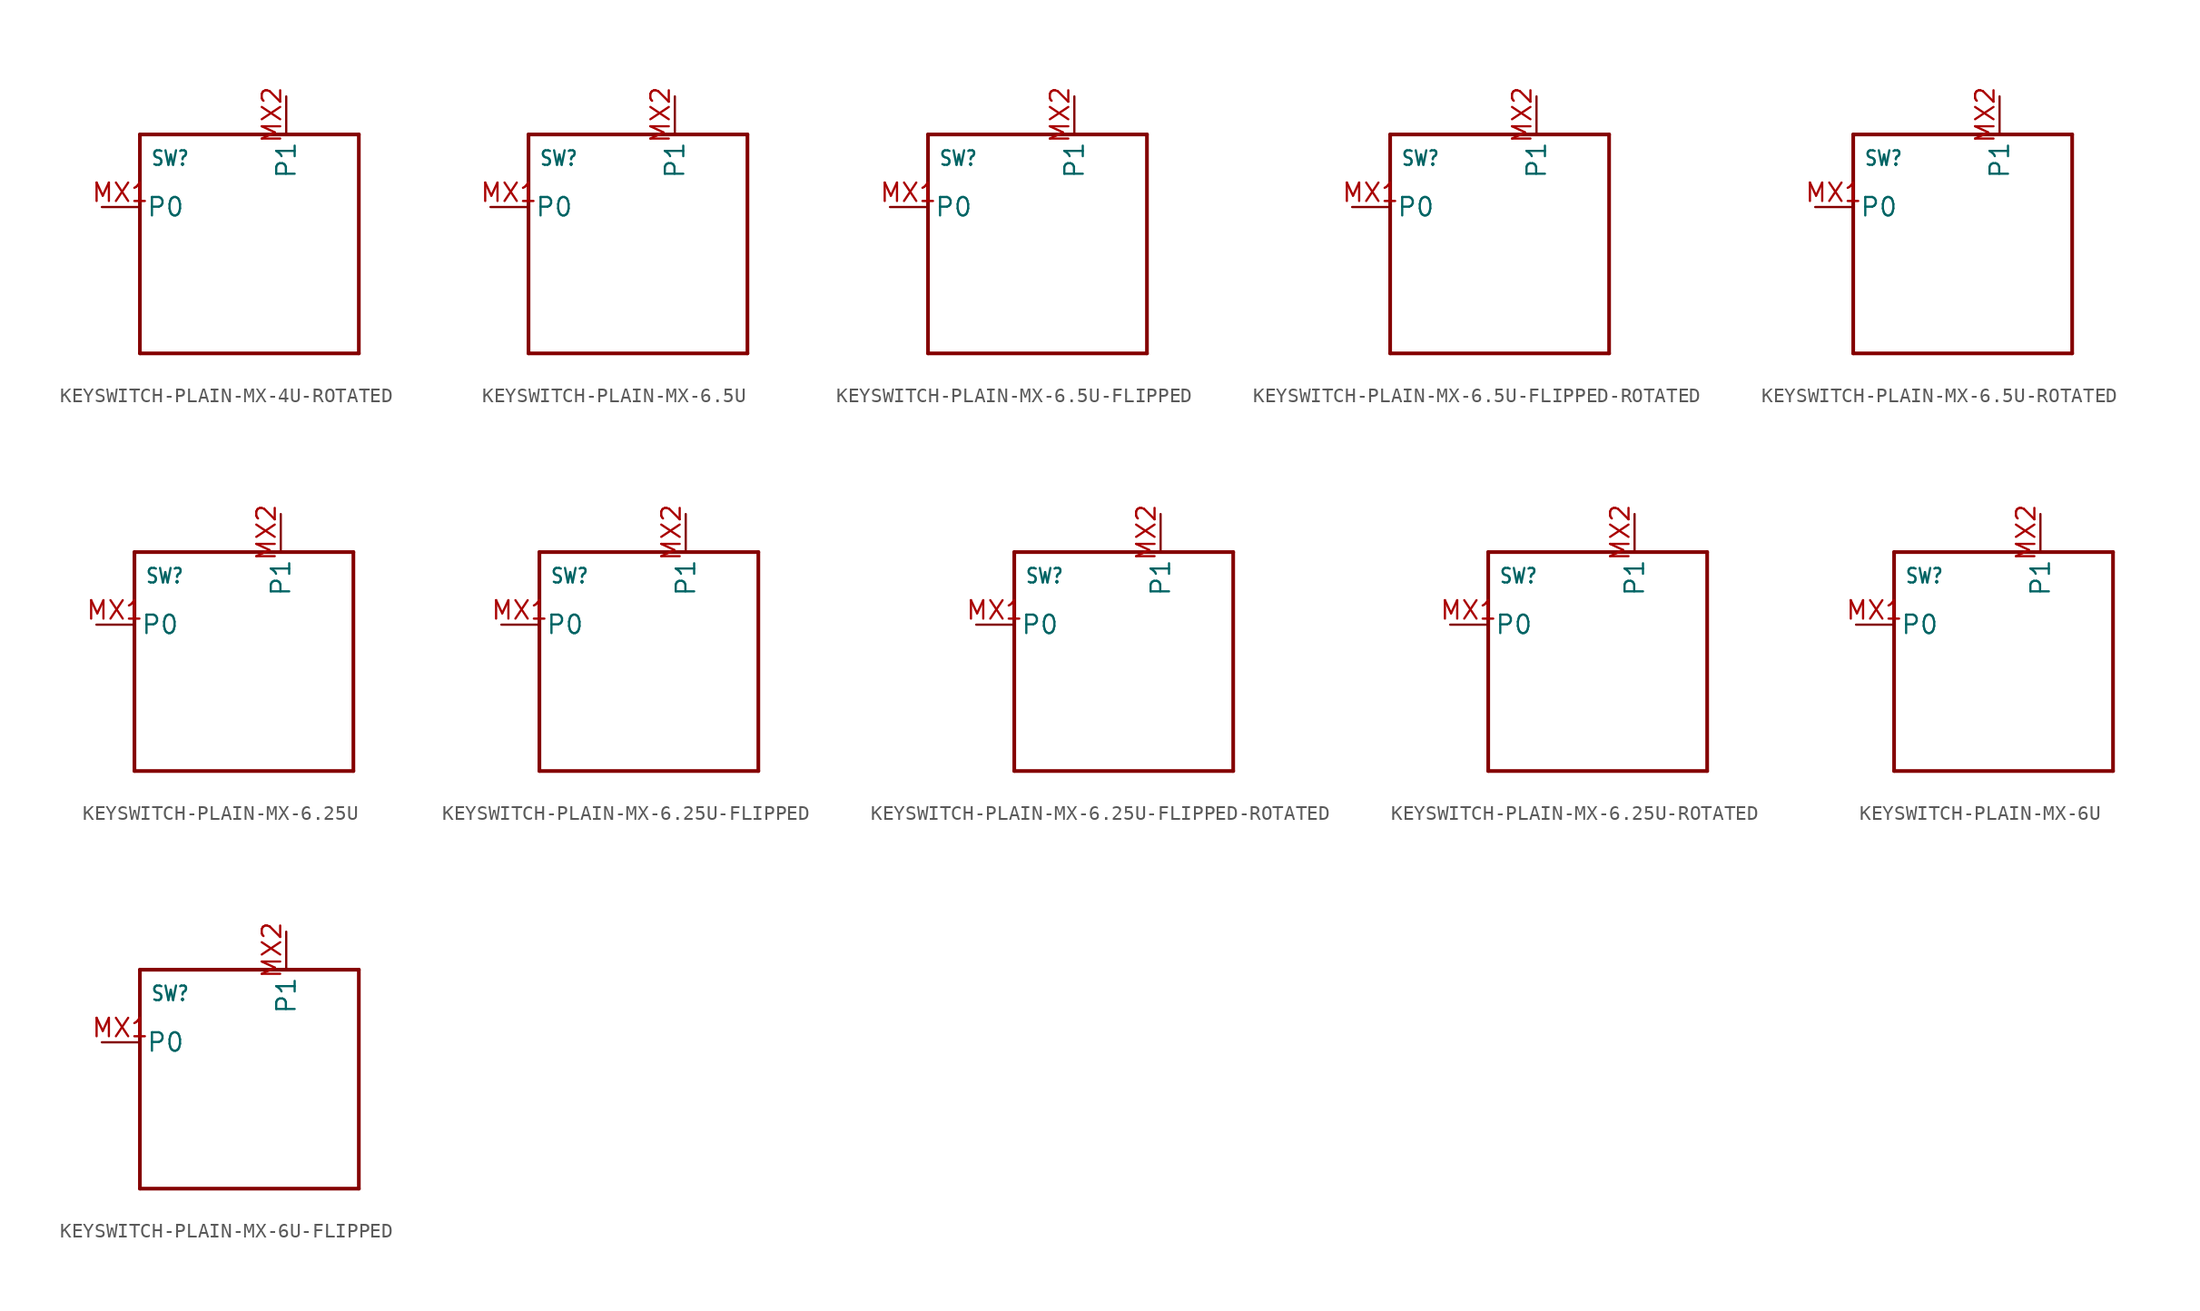
<source format=kicad_sym>
(kicad_symbol_lib
  (version 20211014)
  (generator kicad_symbol_editor)
  (symbol "KEYSWITCH-PLAIN-MX-4U-ROTATED"
    (property "Reference" "SW"
      (at -6.81 5.318 0)
      (effects (font (size 1 0.85)) (justify left bottom)))
    (property "ki_locked" ""
      (at 0 0 0)
      (effects (font (size 1.27 1.27))))
    (symbol "KEYSWITCH-PLAIN-MX-4U-ROTATED_1_0"
      (polyline (pts (xy -7.54 -7.54) (xy -7.54 7.54)) (stroke (width 0.254) (type default) (color 0 0 0 0)) (fill (type none)))
      (polyline (pts (xy -7.54 7.54) (xy 7.54 7.54)) (stroke (width 0.254) (type default) (color 0 0 0 0)) (fill (type none)))
      (polyline (pts (xy 7.54 -7.54) (xy -7.54 -7.54)) (stroke (width 0.254) (type default) (color 0 0 0 0)) (fill (type none)))
      (polyline (pts (xy 7.54 7.54) (xy 7.54 -7.54)) (stroke (width 0.254) (type default) (color 0 0 0 0)) (fill (type none)))
      (pin bidirectional line (at -10.16 2.54 0) (length 2.54) (name "P0" (effects (font (size 1.27 1.27)))) (number "MX1" (effects (font (size 1.27 1.27)))))
      (pin bidirectional line (at 2.54 10.16 270) (length 2.54) (name "P1" (effects (font (size 1.27 1.27)))) (number "MX2" (effects (font (size 1.27 1.27)))))))
  (symbol "KEYSWITCH-PLAIN-MX-6.5U"
    (property "Reference" "SW"
      (at -6.81 5.318 0)
      (effects (font (size 1 0.85)) (justify left bottom)))
    (property "ki_locked" ""
      (at 0 0 0)
      (effects (font (size 1.27 1.27))))
    (symbol "KEYSWITCH-PLAIN-MX-6.5U_1_0"
      (polyline (pts (xy -7.54 -7.54) (xy -7.54 7.54)) (stroke (width 0.254) (type default) (color 0 0 0 0)) (fill (type none)))
      (polyline (pts (xy -7.54 7.54) (xy 7.54 7.54)) (stroke (width 0.254) (type default) (color 0 0 0 0)) (fill (type none)))
      (polyline (pts (xy 7.54 -7.54) (xy -7.54 -7.54)) (stroke (width 0.254) (type default) (color 0 0 0 0)) (fill (type none)))
      (polyline (pts (xy 7.54 7.54) (xy 7.54 -7.54)) (stroke (width 0.254) (type default) (color 0 0 0 0)) (fill (type none)))
      (pin bidirectional line (at -10.16 2.54 0) (length 2.54) (name "P0" (effects (font (size 1.27 1.27)))) (number "MX1" (effects (font (size 1.27 1.27)))))
      (pin bidirectional line (at 2.54 10.16 270) (length 2.54) (name "P1" (effects (font (size 1.27 1.27)))) (number "MX2" (effects (font (size 1.27 1.27)))))))
  (symbol "KEYSWITCH-PLAIN-MX-6.5U-FLIPPED"
    (property "Reference" "SW"
      (at -6.81 5.318 0)
      (effects (font (size 1 0.85)) (justify left bottom)))
    (property "ki_locked" ""
      (at 0 0 0)
      (effects (font (size 1.27 1.27))))
    (symbol "KEYSWITCH-PLAIN-MX-6.5U-FLIPPED_1_0"
      (polyline (pts (xy -7.54 -7.54) (xy -7.54 7.54)) (stroke (width 0.254) (type default) (color 0 0 0 0)) (fill (type none)))
      (polyline (pts (xy -7.54 7.54) (xy 7.54 7.54)) (stroke (width 0.254) (type default) (color 0 0 0 0)) (fill (type none)))
      (polyline (pts (xy 7.54 -7.54) (xy -7.54 -7.54)) (stroke (width 0.254) (type default) (color 0 0 0 0)) (fill (type none)))
      (polyline (pts (xy 7.54 7.54) (xy 7.54 -7.54)) (stroke (width 0.254) (type default) (color 0 0 0 0)) (fill (type none)))
      (pin bidirectional line (at -10.16 2.54 0) (length 2.54) (name "P0" (effects (font (size 1.27 1.27)))) (number "MX1" (effects (font (size 1.27 1.27)))))
      (pin bidirectional line (at 2.54 10.16 270) (length 2.54) (name "P1" (effects (font (size 1.27 1.27)))) (number "MX2" (effects (font (size 1.27 1.27)))))))
  (symbol "KEYSWITCH-PLAIN-MX-6.5U-FLIPPED-ROTATED"
    (property "Reference" "SW"
      (at -6.81 5.318 0)
      (effects (font (size 1 0.85)) (justify left bottom)))
    (property "ki_locked" ""
      (at 0 0 0)
      (effects (font (size 1.27 1.27))))
    (symbol "KEYSWITCH-PLAIN-MX-6.5U-FLIPPED-ROTATED_1_0"
      (polyline (pts (xy -7.54 -7.54) (xy -7.54 7.54)) (stroke (width 0.254) (type default) (color 0 0 0 0)) (fill (type none)))
      (polyline (pts (xy -7.54 7.54) (xy 7.54 7.54)) (stroke (width 0.254) (type default) (color 0 0 0 0)) (fill (type none)))
      (polyline (pts (xy 7.54 -7.54) (xy -7.54 -7.54)) (stroke (width 0.254) (type default) (color 0 0 0 0)) (fill (type none)))
      (polyline (pts (xy 7.54 7.54) (xy 7.54 -7.54)) (stroke (width 0.254) (type default) (color 0 0 0 0)) (fill (type none)))
      (pin bidirectional line (at -10.16 2.54 0) (length 2.54) (name "P0" (effects (font (size 1.27 1.27)))) (number "MX1" (effects (font (size 1.27 1.27)))))
      (pin bidirectional line (at 2.54 10.16 270) (length 2.54) (name "P1" (effects (font (size 1.27 1.27)))) (number "MX2" (effects (font (size 1.27 1.27)))))))
  (symbol "KEYSWITCH-PLAIN-MX-6.5U-ROTATED"
    (property "Reference" "SW"
      (at -6.81 5.318 0)
      (effects (font (size 1 0.85)) (justify left bottom)))
    (property "ki_locked" ""
      (at 0 0 0)
      (effects (font (size 1.27 1.27))))
    (symbol "KEYSWITCH-PLAIN-MX-6.5U-ROTATED_1_0"
      (polyline (pts (xy -7.54 -7.54) (xy -7.54 7.54)) (stroke (width 0.254) (type default) (color 0 0 0 0)) (fill (type none)))
      (polyline (pts (xy -7.54 7.54) (xy 7.54 7.54)) (stroke (width 0.254) (type default) (color 0 0 0 0)) (fill (type none)))
      (polyline (pts (xy 7.54 -7.54) (xy -7.54 -7.54)) (stroke (width 0.254) (type default) (color 0 0 0 0)) (fill (type none)))
      (polyline (pts (xy 7.54 7.54) (xy 7.54 -7.54)) (stroke (width 0.254) (type default) (color 0 0 0 0)) (fill (type none)))
      (pin bidirectional line (at -10.16 2.54 0) (length 2.54) (name "P0" (effects (font (size 1.27 1.27)))) (number "MX1" (effects (font (size 1.27 1.27)))))
      (pin bidirectional line (at 2.54 10.16 270) (length 2.54) (name "P1" (effects (font (size 1.27 1.27)))) (number "MX2" (effects (font (size 1.27 1.27)))))))
  (symbol "KEYSWITCH-PLAIN-MX-6.25U"
    (property "Reference" "SW"
      (at -6.81 5.318 0)
      (effects (font (size 1 0.85)) (justify left bottom)))
    (property "ki_locked" ""
      (at 0 0 0)
      (effects (font (size 1.27 1.27))))
    (symbol "KEYSWITCH-PLAIN-MX-6.25U_1_0"
      (polyline (pts (xy -7.54 -7.54) (xy -7.54 7.54)) (stroke (width 0.254) (type default) (color 0 0 0 0)) (fill (type none)))
      (polyline (pts (xy -7.54 7.54) (xy 7.54 7.54)) (stroke (width 0.254) (type default) (color 0 0 0 0)) (fill (type none)))
      (polyline (pts (xy 7.54 -7.54) (xy -7.54 -7.54)) (stroke (width 0.254) (type default) (color 0 0 0 0)) (fill (type none)))
      (polyline (pts (xy 7.54 7.54) (xy 7.54 -7.54)) (stroke (width 0.254) (type default) (color 0 0 0 0)) (fill (type none)))
      (pin bidirectional line (at -10.16 2.54 0) (length 2.54) (name "P0" (effects (font (size 1.27 1.27)))) (number "MX1" (effects (font (size 1.27 1.27)))))
      (pin bidirectional line (at 2.54 10.16 270) (length 2.54) (name "P1" (effects (font (size 1.27 1.27)))) (number "MX2" (effects (font (size 1.27 1.27)))))))
  (symbol "KEYSWITCH-PLAIN-MX-6.25U-FLIPPED"
    (property "Reference" "SW"
      (at -6.81 5.318 0)
      (effects (font (size 1 0.85)) (justify left bottom)))
    (property "ki_locked" ""
      (at 0 0 0)
      (effects (font (size 1.27 1.27))))
    (symbol "KEYSWITCH-PLAIN-MX-6.25U-FLIPPED_1_0"
      (polyline (pts (xy -7.54 -7.54) (xy -7.54 7.54)) (stroke (width 0.254) (type default) (color 0 0 0 0)) (fill (type none)))
      (polyline (pts (xy -7.54 7.54) (xy 7.54 7.54)) (stroke (width 0.254) (type default) (color 0 0 0 0)) (fill (type none)))
      (polyline (pts (xy 7.54 -7.54) (xy -7.54 -7.54)) (stroke (width 0.254) (type default) (color 0 0 0 0)) (fill (type none)))
      (polyline (pts (xy 7.54 7.54) (xy 7.54 -7.54)) (stroke (width 0.254) (type default) (color 0 0 0 0)) (fill (type none)))
      (pin bidirectional line (at -10.16 2.54 0) (length 2.54) (name "P0" (effects (font (size 1.27 1.27)))) (number "MX1" (effects (font (size 1.27 1.27)))))
      (pin bidirectional line (at 2.54 10.16 270) (length 2.54) (name "P1" (effects (font (size 1.27 1.27)))) (number "MX2" (effects (font (size 1.27 1.27)))))))
  (symbol "KEYSWITCH-PLAIN-MX-6.25U-FLIPPED-ROTATED"
    (property "Reference" "SW"
      (at -6.81 5.318 0)
      (effects (font (size 1 0.85)) (justify left bottom)))
    (property "ki_locked" ""
      (at 0 0 0)
      (effects (font (size 1.27 1.27))))
    (symbol "KEYSWITCH-PLAIN-MX-6.25U-FLIPPED-ROTATED_1_0"
      (polyline (pts (xy -7.54 -7.54) (xy -7.54 7.54)) (stroke (width 0.254) (type default) (color 0 0 0 0)) (fill (type none)))
      (polyline (pts (xy -7.54 7.54) (xy 7.54 7.54)) (stroke (width 0.254) (type default) (color 0 0 0 0)) (fill (type none)))
      (polyline (pts (xy 7.54 -7.54) (xy -7.54 -7.54)) (stroke (width 0.254) (type default) (color 0 0 0 0)) (fill (type none)))
      (polyline (pts (xy 7.54 7.54) (xy 7.54 -7.54)) (stroke (width 0.254) (type default) (color 0 0 0 0)) (fill (type none)))
      (pin bidirectional line (at -10.16 2.54 0) (length 2.54) (name "P0" (effects (font (size 1.27 1.27)))) (number "MX1" (effects (font (size 1.27 1.27)))))
      (pin bidirectional line (at 2.54 10.16 270) (length 2.54) (name "P1" (effects (font (size 1.27 1.27)))) (number "MX2" (effects (font (size 1.27 1.27)))))))
  (symbol "KEYSWITCH-PLAIN-MX-6.25U-ROTATED"
    (property "Reference" "SW"
      (at -6.81 5.318 0)
      (effects (font (size 1 0.85)) (justify left bottom)))
    (property "ki_locked" ""
      (at 0 0 0)
      (effects (font (size 1.27 1.27))))
    (symbol "KEYSWITCH-PLAIN-MX-6.25U-ROTATED_1_0"
      (polyline (pts (xy -7.54 -7.54) (xy -7.54 7.54)) (stroke (width 0.254) (type default) (color 0 0 0 0)) (fill (type none)))
      (polyline (pts (xy -7.54 7.54) (xy 7.54 7.54)) (stroke (width 0.254) (type default) (color 0 0 0 0)) (fill (type none)))
      (polyline (pts (xy 7.54 -7.54) (xy -7.54 -7.54)) (stroke (width 0.254) (type default) (color 0 0 0 0)) (fill (type none)))
      (polyline (pts (xy 7.54 7.54) (xy 7.54 -7.54)) (stroke (width 0.254) (type default) (color 0 0 0 0)) (fill (type none)))
      (pin bidirectional line (at -10.16 2.54 0) (length 2.54) (name "P0" (effects (font (size 1.27 1.27)))) (number "MX1" (effects (font (size 1.27 1.27)))))
      (pin bidirectional line (at 2.54 10.16 270) (length 2.54) (name "P1" (effects (font (size 1.27 1.27)))) (number "MX2" (effects (font (size 1.27 1.27)))))))
  (symbol "KEYSWITCH-PLAIN-MX-6U"
    (property "Reference" "SW"
      (at -6.81 5.318 0)
      (effects (font (size 1 0.85)) (justify left bottom)))
    (property "ki_locked" ""
      (at 0 0 0)
      (effects (font (size 1.27 1.27))))
    (symbol "KEYSWITCH-PLAIN-MX-6U_1_0"
      (polyline (pts (xy -7.54 -7.54) (xy -7.54 7.54)) (stroke (width 0.254) (type default) (color 0 0 0 0)) (fill (type none)))
      (polyline (pts (xy -7.54 7.54) (xy 7.54 7.54)) (stroke (width 0.254) (type default) (color 0 0 0 0)) (fill (type none)))
      (polyline (pts (xy 7.54 -7.54) (xy -7.54 -7.54)) (stroke (width 0.254) (type default) (color 0 0 0 0)) (fill (type none)))
      (polyline (pts (xy 7.54 7.54) (xy 7.54 -7.54)) (stroke (width 0.254) (type default) (color 0 0 0 0)) (fill (type none)))
      (pin bidirectional line (at -10.16 2.54 0) (length 2.54) (name "P0" (effects (font (size 1.27 1.27)))) (number "MX1" (effects (font (size 1.27 1.27)))))
      (pin bidirectional line (at 2.54 10.16 270) (length 2.54) (name "P1" (effects (font (size 1.27 1.27)))) (number "MX2" (effects (font (size 1.27 1.27)))))))
  (symbol "KEYSWITCH-PLAIN-MX-6U-FLIPPED"
    (property "Reference" "SW"
      (at -6.81 5.318 0)
      (effects (font (size 1 0.85)) (justify left bottom)))
    (property "ki_locked" ""
      (at 0 0 0)
      (effects (font (size 1.27 1.27))))
    (symbol "KEYSWITCH-PLAIN-MX-6U-FLIPPED_1_0"
      (polyline (pts (xy -7.54 -7.54) (xy -7.54 7.54)) (stroke (width 0.254) (type default) (color 0 0 0 0)) (fill (type none)))
      (polyline (pts (xy -7.54 7.54) (xy 7.54 7.54)) (stroke (width 0.254) (type default) (color 0 0 0 0)) (fill (type none)))
      (polyline (pts (xy 7.54 -7.54) (xy -7.54 -7.54)) (stroke (width 0.254) (type default) (color 0 0 0 0)) (fill (type none)))
      (polyline (pts (xy 7.54 7.54) (xy 7.54 -7.54)) (stroke (width 0.254) (type default) (color 0 0 0 0)) (fill (type none)))
      (pin bidirectional line (at -10.16 2.54 0) (length 2.54) (name "P0" (effects (font (size 1.27 1.27)))) (number "MX1" (effects (font (size 1.27 1.27)))))
      (pin bidirectional line (at 2.54 10.16 270) (length 2.54) (name "P1" (effects (font (size 1.27 1.27)))) (number "MX2" (effects (font (size 1.27 1.27))))))))
</source>
